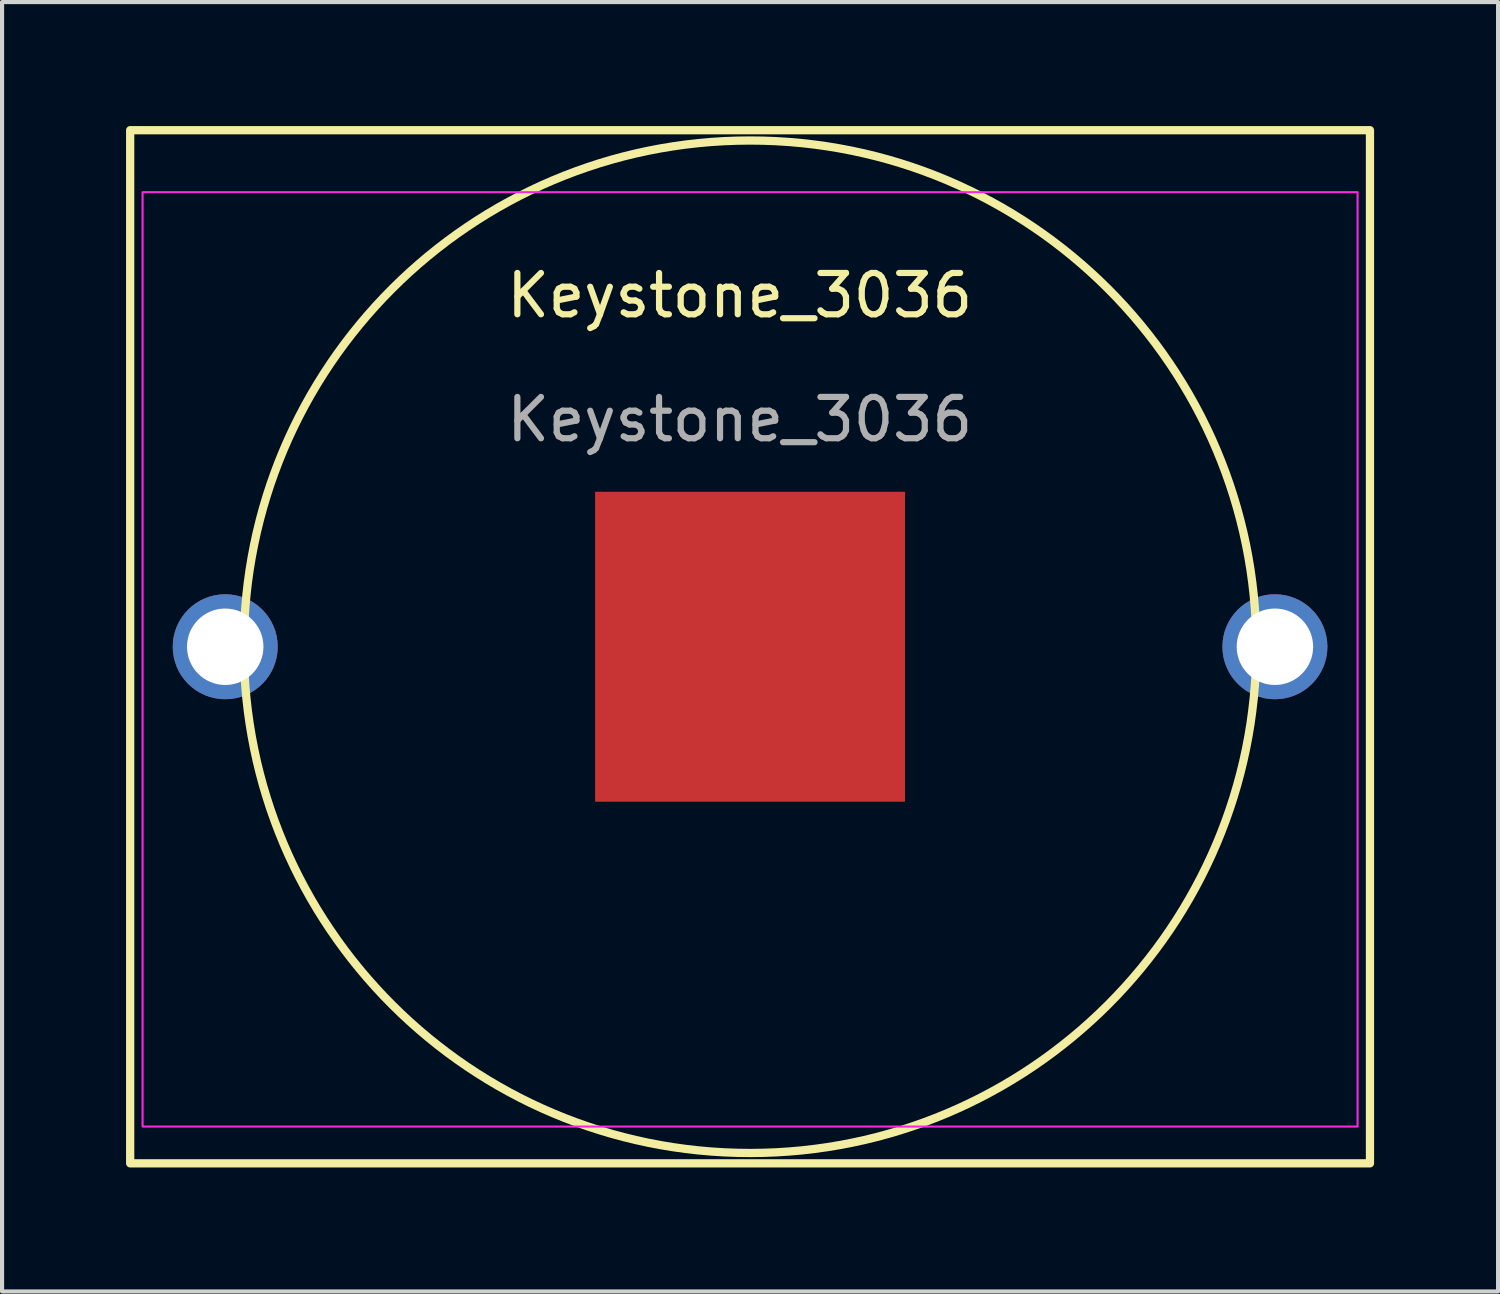
<source format=kicad_pcb>
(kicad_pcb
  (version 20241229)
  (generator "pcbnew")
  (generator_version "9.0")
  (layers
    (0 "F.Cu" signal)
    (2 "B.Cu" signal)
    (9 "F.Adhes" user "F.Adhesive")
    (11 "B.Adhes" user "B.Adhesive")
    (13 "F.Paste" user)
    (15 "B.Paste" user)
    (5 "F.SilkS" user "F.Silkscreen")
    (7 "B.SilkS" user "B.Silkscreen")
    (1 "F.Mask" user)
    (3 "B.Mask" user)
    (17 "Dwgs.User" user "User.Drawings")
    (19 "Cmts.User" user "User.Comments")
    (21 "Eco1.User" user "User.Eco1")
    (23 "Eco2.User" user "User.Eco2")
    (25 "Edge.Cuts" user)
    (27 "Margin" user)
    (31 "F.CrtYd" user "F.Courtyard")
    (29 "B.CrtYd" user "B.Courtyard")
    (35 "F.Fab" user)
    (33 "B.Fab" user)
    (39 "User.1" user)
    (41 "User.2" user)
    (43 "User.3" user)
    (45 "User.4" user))
  (footprint "Keystone_3036"
    (layer "F.Cu")
    (at 15.1 12.6)
    (property "Reference" "Keystone_3036" (at -0.25 -8.5 0) (unlocked yes) (layer "F.SilkS") (effects (font (size 1 1) (thickness 0.15))))
    (attr through_hole)
    (fp_rect (start -15 -12.5) (end 15 12.5) (stroke (width 0.2) (type solid)) (fill no) (layer "F.SilkS"))
    (fp_circle (center 0 0) (end 12.25 0) (stroke (width 0.2) (type solid)) (fill no) (layer "F.SilkS"))
    (fp_rect (start -14.7 -11) (end 14.7 11.61) (stroke (width 0.05) (type solid)) (fill no) (layer "F.CrtYd"))
    (fp_text user "${REFERENCE}" (at -0.25 -5.5 0) (unlocked yes) (layer "F.Fab") (effects (font (size 1 1) (thickness 0.15))))
    (pad "1" thru_hole circle (at -12.7 0) (size 2.54 2.54) (drill 1.85) (layers "*.Cu" "*.Mask"))
    (pad "1" thru_hole circle (at 12.7 0) (size 2.54 2.54) (drill 1.85) (layers "*.Cu" "*.Mask"))
    (pad "2" smd rect (at 0 0) (size 7.5 7.5) (layers "F.Cu" "F.Mask" "F.Paste")))
  (gr_rect
    (start -3 -3)
    (end 33.2 28.2)
    (stroke (width 0.1) (type default))
    (fill no)
    (layer "Edge.Cuts")))
</source>
